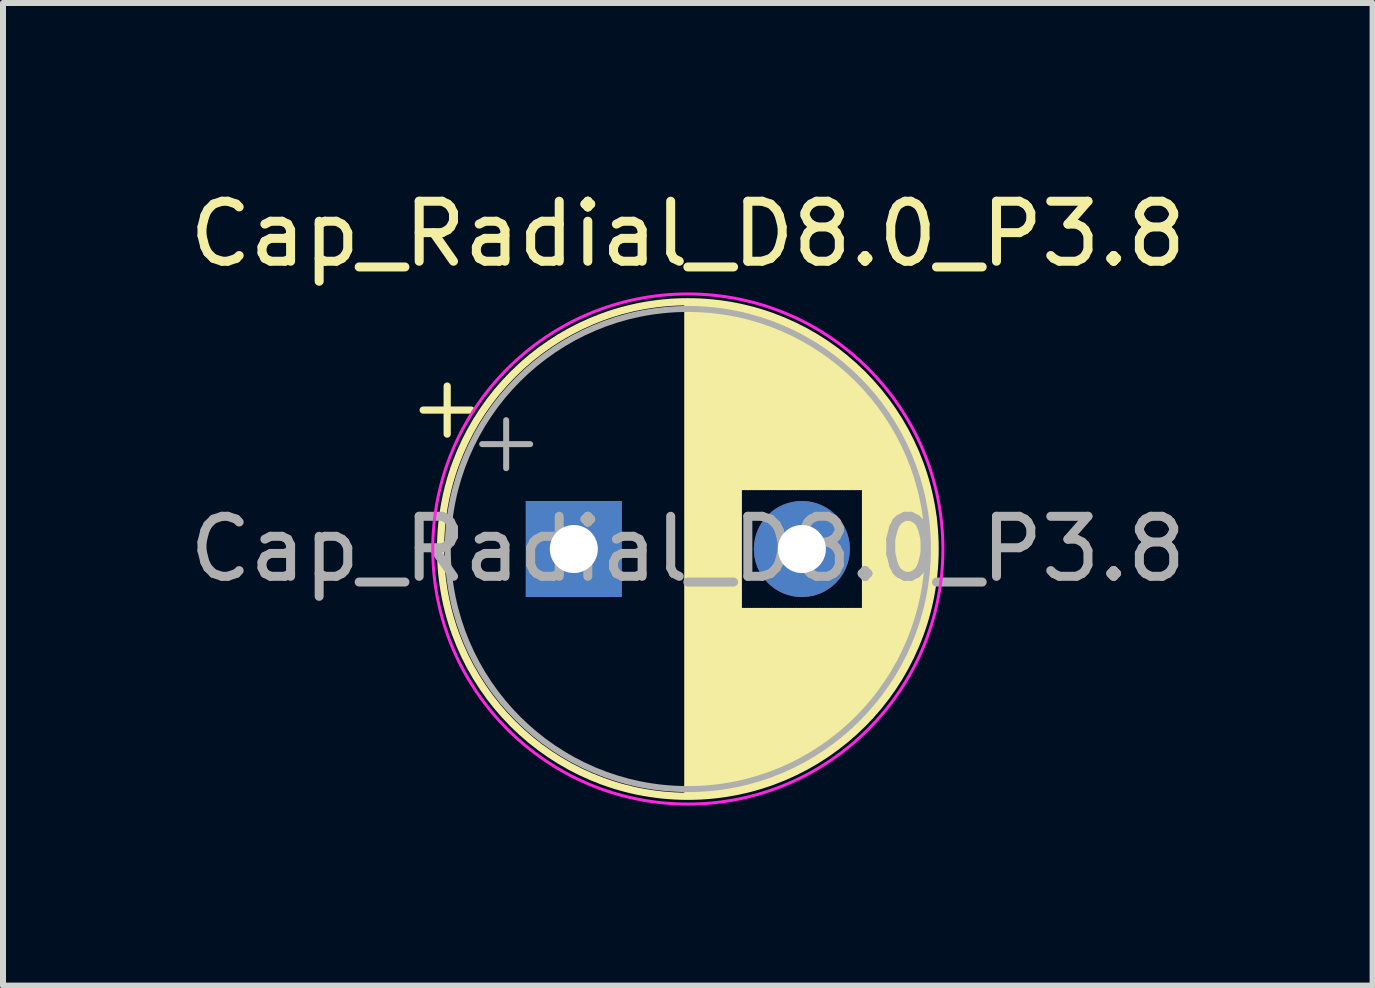
<source format=kicad_pcb>
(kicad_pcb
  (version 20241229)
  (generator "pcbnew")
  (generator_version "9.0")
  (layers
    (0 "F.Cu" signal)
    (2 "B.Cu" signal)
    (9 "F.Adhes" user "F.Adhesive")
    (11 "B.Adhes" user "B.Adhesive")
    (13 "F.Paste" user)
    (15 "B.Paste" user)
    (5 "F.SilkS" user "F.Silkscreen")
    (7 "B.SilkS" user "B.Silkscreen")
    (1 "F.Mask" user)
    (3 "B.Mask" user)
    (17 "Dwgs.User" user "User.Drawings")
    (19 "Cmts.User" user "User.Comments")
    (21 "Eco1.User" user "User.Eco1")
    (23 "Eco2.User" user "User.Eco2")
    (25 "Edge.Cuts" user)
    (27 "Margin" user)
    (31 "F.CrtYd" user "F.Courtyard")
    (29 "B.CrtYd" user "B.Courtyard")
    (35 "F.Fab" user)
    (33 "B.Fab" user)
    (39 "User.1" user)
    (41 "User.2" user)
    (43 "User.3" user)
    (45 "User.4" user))
  (footprint "Cap_Radial_D8.0_P3.8"
    (layer "F.Cu")
    (at 6.511 6.098)
    (property "Reference" "Cap_Radial_D8.0_P3.8" (at 1.9 -5.25 0) (layer "F.SilkS") (effects (font (size 1 1) (thickness 0.15))))
    (attr through_hole)
    (fp_line (start -2.51 -2.315) (end -1.71 -2.315) (stroke (width 0.12) (type solid)) (layer "F.SilkS"))
    (fp_line (start -2.11 -2.715) (end -2.11 -1.915) (stroke (width 0.12) (type solid)) (layer "F.SilkS"))
    (fp_line (start 1.9 -4.08) (end 1.9 4.08) (stroke (width 0.12) (type solid)) (layer "F.SilkS"))
    (fp_line (start 1.94 -4.08) (end 1.94 4.08) (stroke (width 0.12) (type solid)) (layer "F.SilkS"))
    (fp_line (start 1.98 -4.08) (end 1.98 4.08) (stroke (width 0.12) (type solid)) (layer "F.SilkS"))
    (fp_line (start 2.02 -4.079) (end 2.02 4.079) (stroke (width 0.12) (type solid)) (layer "F.SilkS"))
    (fp_line (start 2.06 -4.077) (end 2.06 4.077) (stroke (width 0.12) (type solid)) (layer "F.SilkS"))
    (fp_line (start 2.1 -4.076) (end 2.1 4.076) (stroke (width 0.12) (type solid)) (layer "F.SilkS"))
    (fp_line (start 2.14 -4.074) (end 2.14 4.074) (stroke (width 0.12) (type solid)) (layer "F.SilkS"))
    (fp_line (start 2.18 -4.071) (end 2.18 4.071) (stroke (width 0.12) (type solid)) (layer "F.SilkS"))
    (fp_line (start 2.22 -4.068) (end 2.22 4.068) (stroke (width 0.12) (type solid)) (layer "F.SilkS"))
    (fp_line (start 2.26 -4.065) (end 2.26 4.065) (stroke (width 0.12) (type solid)) (layer "F.SilkS"))
    (fp_line (start 2.3 -4.061) (end 2.3 4.061) (stroke (width 0.12) (type solid)) (layer "F.SilkS"))
    (fp_line (start 2.34 -4.057) (end 2.34 4.057) (stroke (width 0.12) (type solid)) (layer "F.SilkS"))
    (fp_line (start 2.38 -4.052) (end 2.38 4.052) (stroke (width 0.12) (type solid)) (layer "F.SilkS"))
    (fp_line (start 2.42 -4.048) (end 2.42 4.048) (stroke (width 0.12) (type solid)) (layer "F.SilkS"))
    (fp_line (start 2.46 -4.042) (end 2.46 4.042) (stroke (width 0.12) (type solid)) (layer "F.SilkS"))
    (fp_line (start 2.5 -4.037) (end 2.5 4.037) (stroke (width 0.12) (type solid)) (layer "F.SilkS"))
    (fp_line (start 2.54 -4.03) (end 2.54 4.03) (stroke (width 0.12) (type solid)) (layer "F.SilkS"))
    (fp_line (start 2.58 -4.024) (end 2.58 4.024) (stroke (width 0.12) (type solid)) (layer "F.SilkS"))
    (fp_line (start 2.621 -4.017) (end 2.621 4.017) (stroke (width 0.12) (type solid)) (layer "F.SilkS"))
    (fp_line (start 2.661 -4.01) (end 2.661 4.01) (stroke (width 0.12) (type solid)) (layer "F.SilkS"))
    (fp_line (start 2.701 -4.002) (end 2.701 4.002) (stroke (width 0.12) (type solid)) (layer "F.SilkS"))
    (fp_line (start 2.741 -3.994) (end 2.741 3.994) (stroke (width 0.12) (type solid)) (layer "F.SilkS"))
    (fp_line (start 2.781 -3.985) (end 2.781 -1.04) (stroke (width 0.12) (type solid)) (layer "F.SilkS"))
    (fp_line (start 2.781 1.04) (end 2.781 3.985) (stroke (width 0.12) (type solid)) (layer "F.SilkS"))
    (fp_line (start 2.821 -3.976) (end 2.821 -1.04) (stroke (width 0.12) (type solid)) (layer "F.SilkS"))
    (fp_line (start 2.821 1.04) (end 2.821 3.976) (stroke (width 0.12) (type solid)) (layer "F.SilkS"))
    (fp_line (start 2.861 -3.967) (end 2.861 -1.04) (stroke (width 0.12) (type solid)) (layer "F.SilkS"))
    (fp_line (start 2.861 1.04) (end 2.861 3.967) (stroke (width 0.12) (type solid)) (layer "F.SilkS"))
    (fp_line (start 2.901 -3.957) (end 2.901 -1.04) (stroke (width 0.12) (type solid)) (layer "F.SilkS"))
    (fp_line (start 2.901 1.04) (end 2.901 3.957) (stroke (width 0.12) (type solid)) (layer "F.SilkS"))
    (fp_line (start 2.941 -3.947) (end 2.941 -1.04) (stroke (width 0.12) (type solid)) (layer "F.SilkS"))
    (fp_line (start 2.941 1.04) (end 2.941 3.947) (stroke (width 0.12) (type solid)) (layer "F.SilkS"))
    (fp_line (start 2.981 -3.936) (end 2.981 -1.04) (stroke (width 0.12) (type solid)) (layer "F.SilkS"))
    (fp_line (start 2.981 1.04) (end 2.981 3.936) (stroke (width 0.12) (type solid)) (layer "F.SilkS"))
    (fp_line (start 3.021 -3.925) (end 3.021 -1.04) (stroke (width 0.12) (type solid)) (layer "F.SilkS"))
    (fp_line (start 3.021 1.04) (end 3.021 3.925) (stroke (width 0.12) (type solid)) (layer "F.SilkS"))
    (fp_line (start 3.061 -3.914) (end 3.061 -1.04) (stroke (width 0.12) (type solid)) (layer "F.SilkS"))
    (fp_line (start 3.061 1.04) (end 3.061 3.914) (stroke (width 0.12) (type solid)) (layer "F.SilkS"))
    (fp_line (start 3.101 -3.902) (end 3.101 -1.04) (stroke (width 0.12) (type solid)) (layer "F.SilkS"))
    (fp_line (start 3.101 1.04) (end 3.101 3.902) (stroke (width 0.12) (type solid)) (layer "F.SilkS"))
    (fp_line (start 3.141 -3.889) (end 3.141 -1.04) (stroke (width 0.12) (type solid)) (layer "F.SilkS"))
    (fp_line (start 3.141 1.04) (end 3.141 3.889) (stroke (width 0.12) (type solid)) (layer "F.SilkS"))
    (fp_line (start 3.181 -3.877) (end 3.181 -1.04) (stroke (width 0.12) (type solid)) (layer "F.SilkS"))
    (fp_line (start 3.181 1.04) (end 3.181 3.877) (stroke (width 0.12) (type solid)) (layer "F.SilkS"))
    (fp_line (start 3.221 -3.863) (end 3.221 -1.04) (stroke (width 0.12) (type solid)) (layer "F.SilkS"))
    (fp_line (start 3.221 1.04) (end 3.221 3.863) (stroke (width 0.12) (type solid)) (layer "F.SilkS"))
    (fp_line (start 3.261 -3.85) (end 3.261 -1.04) (stroke (width 0.12) (type solid)) (layer "F.SilkS"))
    (fp_line (start 3.261 1.04) (end 3.261 3.85) (stroke (width 0.12) (type solid)) (layer "F.SilkS"))
    (fp_line (start 3.301 -3.835) (end 3.301 -1.04) (stroke (width 0.12) (type solid)) (layer "F.SilkS"))
    (fp_line (start 3.301 1.04) (end 3.301 3.835) (stroke (width 0.12) (type solid)) (layer "F.SilkS"))
    (fp_line (start 3.341 -3.821) (end 3.341 -1.04) (stroke (width 0.12) (type solid)) (layer "F.SilkS"))
    (fp_line (start 3.341 1.04) (end 3.341 3.821) (stroke (width 0.12) (type solid)) (layer "F.SilkS"))
    (fp_line (start 3.381 -3.805) (end 3.381 -1.04) (stroke (width 0.12) (type solid)) (layer "F.SilkS"))
    (fp_line (start 3.381 1.04) (end 3.381 3.805) (stroke (width 0.12) (type solid)) (layer "F.SilkS"))
    (fp_line (start 3.421 -3.79) (end 3.421 -1.04) (stroke (width 0.12) (type solid)) (layer "F.SilkS"))
    (fp_line (start 3.421 1.04) (end 3.421 3.79) (stroke (width 0.12) (type solid)) (layer "F.SilkS"))
    (fp_line (start 3.461 -3.774) (end 3.461 -1.04) (stroke (width 0.12) (type solid)) (layer "F.SilkS"))
    (fp_line (start 3.461 1.04) (end 3.461 3.774) (stroke (width 0.12) (type solid)) (layer "F.SilkS"))
    (fp_line (start 3.501 -3.757) (end 3.501 -1.04) (stroke (width 0.12) (type solid)) (layer "F.SilkS"))
    (fp_line (start 3.501 1.04) (end 3.501 3.757) (stroke (width 0.12) (type solid)) (layer "F.SilkS"))
    (fp_line (start 3.541 -3.74) (end 3.541 -1.04) (stroke (width 0.12) (type solid)) (layer "F.SilkS"))
    (fp_line (start 3.541 1.04) (end 3.541 3.74) (stroke (width 0.12) (type solid)) (layer "F.SilkS"))
    (fp_line (start 3.581 -3.722) (end 3.581 -1.04) (stroke (width 0.12) (type solid)) (layer "F.SilkS"))
    (fp_line (start 3.581 1.04) (end 3.581 3.722) (stroke (width 0.12) (type solid)) (layer "F.SilkS"))
    (fp_line (start 3.621 -3.704) (end 3.621 -1.04) (stroke (width 0.12) (type solid)) (layer "F.SilkS"))
    (fp_line (start 3.621 1.04) (end 3.621 3.704) (stroke (width 0.12) (type solid)) (layer "F.SilkS"))
    (fp_line (start 3.661 -3.686) (end 3.661 -1.04) (stroke (width 0.12) (type solid)) (layer "F.SilkS"))
    (fp_line (start 3.661 1.04) (end 3.661 3.686) (stroke (width 0.12) (type solid)) (layer "F.SilkS"))
    (fp_line (start 3.701 -3.666) (end 3.701 -1.04) (stroke (width 0.12) (type solid)) (layer "F.SilkS"))
    (fp_line (start 3.701 1.04) (end 3.701 3.666) (stroke (width 0.12) (type solid)) (layer "F.SilkS"))
    (fp_line (start 3.741 -3.647) (end 3.741 -1.04) (stroke (width 0.12) (type solid)) (layer "F.SilkS"))
    (fp_line (start 3.741 1.04) (end 3.741 3.647) (stroke (width 0.12) (type solid)) (layer "F.SilkS"))
    (fp_line (start 3.781 -3.627) (end 3.781 -1.04) (stroke (width 0.12) (type solid)) (layer "F.SilkS"))
    (fp_line (start 3.781 1.04) (end 3.781 3.627) (stroke (width 0.12) (type solid)) (layer "F.SilkS"))
    (fp_line (start 3.821 -3.606) (end 3.821 -1.04) (stroke (width 0.12) (type solid)) (layer "F.SilkS"))
    (fp_line (start 3.821 1.04) (end 3.821 3.606) (stroke (width 0.12) (type solid)) (layer "F.SilkS"))
    (fp_line (start 3.861 -3.584) (end 3.861 -1.04) (stroke (width 0.12) (type solid)) (layer "F.SilkS"))
    (fp_line (start 3.861 1.04) (end 3.861 3.584) (stroke (width 0.12) (type solid)) (layer "F.SilkS"))
    (fp_line (start 3.901 -3.562) (end 3.901 -1.04) (stroke (width 0.12) (type solid)) (layer "F.SilkS"))
    (fp_line (start 3.901 1.04) (end 3.901 3.562) (stroke (width 0.12) (type solid)) (layer "F.SilkS"))
    (fp_line (start 3.941 -3.54) (end 3.941 -1.04) (stroke (width 0.12) (type solid)) (layer "F.SilkS"))
    (fp_line (start 3.941 1.04) (end 3.941 3.54) (stroke (width 0.12) (type solid)) (layer "F.SilkS"))
    (fp_line (start 3.981 -3.517) (end 3.981 -1.04) (stroke (width 0.12) (type solid)) (layer "F.SilkS"))
    (fp_line (start 3.981 1.04) (end 3.981 3.517) (stroke (width 0.12) (type solid)) (layer "F.SilkS"))
    (fp_line (start 4.021 -3.493) (end 4.021 -1.04) (stroke (width 0.12) (type solid)) (layer "F.SilkS"))
    (fp_line (start 4.021 1.04) (end 4.021 3.493) (stroke (width 0.12) (type solid)) (layer "F.SilkS"))
    (fp_line (start 4.061 -3.469) (end 4.061 -1.04) (stroke (width 0.12) (type solid)) (layer "F.SilkS"))
    (fp_line (start 4.061 1.04) (end 4.061 3.469) (stroke (width 0.12) (type solid)) (layer "F.SilkS"))
    (fp_line (start 4.101 -3.444) (end 4.101 -1.04) (stroke (width 0.12) (type solid)) (layer "F.SilkS"))
    (fp_line (start 4.101 1.04) (end 4.101 3.444) (stroke (width 0.12) (type solid)) (layer "F.SilkS"))
    (fp_line (start 4.141 -3.418) (end 4.141 -1.04) (stroke (width 0.12) (type solid)) (layer "F.SilkS"))
    (fp_line (start 4.141 1.04) (end 4.141 3.418) (stroke (width 0.12) (type solid)) (layer "F.SilkS"))
    (fp_line (start 4.181 -3.392) (end 4.181 -1.04) (stroke (width 0.12) (type solid)) (layer "F.SilkS"))
    (fp_line (start 4.181 1.04) (end 4.181 3.392) (stroke (width 0.12) (type solid)) (layer "F.SilkS"))
    (fp_line (start 4.221 -3.365) (end 4.221 -1.04) (stroke (width 0.12) (type solid)) (layer "F.SilkS"))
    (fp_line (start 4.221 1.04) (end 4.221 3.365) (stroke (width 0.12) (type solid)) (layer "F.SilkS"))
    (fp_line (start 4.261 -3.338) (end 4.261 -1.04) (stroke (width 0.12) (type solid)) (layer "F.SilkS"))
    (fp_line (start 4.261 1.04) (end 4.261 3.338) (stroke (width 0.12) (type solid)) (layer "F.SilkS"))
    (fp_line (start 4.301 -3.309) (end 4.301 -1.04) (stroke (width 0.12) (type solid)) (layer "F.SilkS"))
    (fp_line (start 4.301 1.04) (end 4.301 3.309) (stroke (width 0.12) (type solid)) (layer "F.SilkS"))
    (fp_line (start 4.341 -3.28) (end 4.341 -1.04) (stroke (width 0.12) (type solid)) (layer "F.SilkS"))
    (fp_line (start 4.341 1.04) (end 4.341 3.28) (stroke (width 0.12) (type solid)) (layer "F.SilkS"))
    (fp_line (start 4.381 -3.25) (end 4.381 -1.04) (stroke (width 0.12) (type solid)) (layer "F.SilkS"))
    (fp_line (start 4.381 1.04) (end 4.381 3.25) (stroke (width 0.12) (type solid)) (layer "F.SilkS"))
    (fp_line (start 4.421 -3.22) (end 4.421 -1.04) (stroke (width 0.12) (type solid)) (layer "F.SilkS"))
    (fp_line (start 4.421 1.04) (end 4.421 3.22) (stroke (width 0.12) (type solid)) (layer "F.SilkS"))
    (fp_line (start 4.461 -3.189) (end 4.461 -1.04) (stroke (width 0.12) (type solid)) (layer "F.SilkS"))
    (fp_line (start 4.461 1.04) (end 4.461 3.189) (stroke (width 0.12) (type solid)) (layer "F.SilkS"))
    (fp_line (start 4.501 -3.156) (end 4.501 -1.04) (stroke (width 0.12) (type solid)) (layer "F.SilkS"))
    (fp_line (start 4.501 1.04) (end 4.501 3.156) (stroke (width 0.12) (type solid)) (layer "F.SilkS"))
    (fp_line (start 4.541 -3.124) (end 4.541 -1.04) (stroke (width 0.12) (type solid)) (layer "F.SilkS"))
    (fp_line (start 4.541 1.04) (end 4.541 3.124) (stroke (width 0.12) (type solid)) (layer "F.SilkS"))
    (fp_line (start 4.581 -3.09) (end 4.581 -1.04) (stroke (width 0.12) (type solid)) (layer "F.SilkS"))
    (fp_line (start 4.581 1.04) (end 4.581 3.09) (stroke (width 0.12) (type solid)) (layer "F.SilkS"))
    (fp_line (start 4.621 -3.055) (end 4.621 -1.04) (stroke (width 0.12) (type solid)) (layer "F.SilkS"))
    (fp_line (start 4.621 1.04) (end 4.621 3.055) (stroke (width 0.12) (type solid)) (layer "F.SilkS"))
    (fp_line (start 4.661 -3.019) (end 4.661 -1.04) (stroke (width 0.12) (type solid)) (layer "F.SilkS"))
    (fp_line (start 4.661 1.04) (end 4.661 3.019) (stroke (width 0.12) (type solid)) (layer "F.SilkS"))
    (fp_line (start 4.701 -2.983) (end 4.701 -1.04) (stroke (width 0.12) (type solid)) (layer "F.SilkS"))
    (fp_line (start 4.701 1.04) (end 4.701 2.983) (stroke (width 0.12) (type solid)) (layer "F.SilkS"))
    (fp_line (start 4.741 -2.945) (end 4.741 -1.04) (stroke (width 0.12) (type solid)) (layer "F.SilkS"))
    (fp_line (start 4.741 1.04) (end 4.741 2.945) (stroke (width 0.12) (type solid)) (layer "F.SilkS"))
    (fp_line (start 4.781 -2.907) (end 4.781 -1.04) (stroke (width 0.12) (type solid)) (layer "F.SilkS"))
    (fp_line (start 4.781 1.04) (end 4.781 2.907) (stroke (width 0.12) (type solid)) (layer "F.SilkS"))
    (fp_line (start 4.821 -2.867) (end 4.821 -1.04) (stroke (width 0.12) (type solid)) (layer "F.SilkS"))
    (fp_line (start 4.821 1.04) (end 4.821 2.867) (stroke (width 0.12) (type solid)) (layer "F.SilkS"))
    (fp_line (start 4.861 -2.826) (end 4.861 2.826) (stroke (width 0.12) (type solid)) (layer "F.SilkS"))
    (fp_line (start 4.901 -2.784) (end 4.901 2.784) (stroke (width 0.12) (type solid)) (layer "F.SilkS"))
    (fp_line (start 4.941 -2.741) (end 4.941 2.741) (stroke (width 0.12) (type solid)) (layer "F.SilkS"))
    (fp_line (start 4.981 -2.697) (end 4.981 2.697) (stroke (width 0.12) (type solid)) (layer "F.SilkS"))
    (fp_line (start 5.021 -2.651) (end 5.021 2.651) (stroke (width 0.12) (type solid)) (layer "F.SilkS"))
    (fp_line (start 5.061 -2.604) (end 5.061 2.604) (stroke (width 0.12) (type solid)) (layer "F.SilkS"))
    (fp_line (start 5.101 -2.556) (end 5.101 2.556) (stroke (width 0.12) (type solid)) (layer "F.SilkS"))
    (fp_line (start 5.141 -2.505) (end 5.141 2.505) (stroke (width 0.12) (type solid)) (layer "F.SilkS"))
    (fp_line (start 5.181 -2.454) (end 5.181 2.454) (stroke (width 0.12) (type solid)) (layer "F.SilkS"))
    (fp_line (start 5.221 -2.4) (end 5.221 2.4) (stroke (width 0.12) (type solid)) (layer "F.SilkS"))
    (fp_line (start 5.261 -2.345) (end 5.261 2.345) (stroke (width 0.12) (type solid)) (layer "F.SilkS"))
    (fp_line (start 5.301 -2.287) (end 5.301 2.287) (stroke (width 0.12) (type solid)) (layer "F.SilkS"))
    (fp_line (start 5.341 -2.228) (end 5.341 2.228) (stroke (width 0.12) (type solid)) (layer "F.SilkS"))
    (fp_line (start 5.381 -2.166) (end 5.381 2.166) (stroke (width 0.12) (type solid)) (layer "F.SilkS"))
    (fp_line (start 5.421 -2.102) (end 5.421 2.102) (stroke (width 0.12) (type solid)) (layer "F.SilkS"))
    (fp_line (start 5.461 -2.034) (end 5.461 2.034) (stroke (width 0.12) (type solid)) (layer "F.SilkS"))
    (fp_line (start 5.501 -1.964) (end 5.501 1.964) (stroke (width 0.12) (type solid)) (layer "F.SilkS"))
    (fp_line (start 5.541 -1.89) (end 5.541 1.89) (stroke (width 0.12) (type solid)) (layer "F.SilkS"))
    (fp_line (start 5.581 -1.813) (end 5.581 1.813) (stroke (width 0.12) (type solid)) (layer "F.SilkS"))
    (fp_line (start 5.621 -1.731) (end 5.621 1.731) (stroke (width 0.12) (type solid)) (layer "F.SilkS"))
    (fp_line (start 5.661 -1.645) (end 5.661 1.645) (stroke (width 0.12) (type solid)) (layer "F.SilkS"))
    (fp_line (start 5.701 -1.552) (end 5.701 1.552) (stroke (width 0.12) (type solid)) (layer "F.SilkS"))
    (fp_line (start 5.741 -1.453) (end 5.741 1.453) (stroke (width 0.12) (type solid)) (layer "F.SilkS"))
    (fp_line (start 5.781 -1.346) (end 5.781 1.346) (stroke (width 0.12) (type solid)) (layer "F.SilkS"))
    (fp_line (start 5.821 -1.229) (end 5.821 1.229) (stroke (width 0.12) (type solid)) (layer "F.SilkS"))
    (fp_line (start 5.861 -1.098) (end 5.861 1.098) (stroke (width 0.12) (type solid)) (layer "F.SilkS"))
    (fp_line (start 5.901 -0.948) (end 5.901 0.948) (stroke (width 0.12) (type solid)) (layer "F.SilkS"))
    (fp_line (start 5.941 -0.768) (end 5.941 0.768) (stroke (width 0.12) (type solid)) (layer "F.SilkS"))
    (fp_line (start 5.981 -0.533) (end 5.981 0.533) (stroke (width 0.12) (type solid)) (layer "F.SilkS"))
    (fp_circle (center 1.9 0) (end 6.02 0) (stroke (width 0.12) (type solid)) (fill no) (layer "F.SilkS"))
    (fp_circle (center 1.9 0) (end 6.15 0) (stroke (width 0.05) (type solid)) (fill no) (layer "F.CrtYd"))
    (fp_line (start -1.527 -1.748) (end -0.727 -1.748) (stroke (width 0.1) (type solid)) (layer "F.Fab"))
    (fp_line (start -1.127 -2.147) (end -1.127 -1.347) (stroke (width 0.1) (type solid)) (layer "F.Fab"))
    (fp_circle (center 1.9 0) (end 5.9 0) (stroke (width 0.1) (type solid)) (fill no) (layer "F.Fab"))
    (fp_text user "${REFERENCE}" (at 1.9 0 0) (layer "F.Fab") (effects (font (size 1 1) (thickness 0.15))))
    (pad "N" thru_hole circle (at 3.8 0) (size 1.6 1.6) (drill 0.8) (layers "*.Cu" "*.Mask"))
    (pad "P" thru_hole rect (at 0 0) (size 1.6 1.6) (drill 0.8) (layers "*.Cu" "*.Mask")))
  (gr_rect
    (start -3 -3)
    (end 19.821 13.373)
    (stroke (width 0.1) (type default))
    (fill no)
    (layer "Edge.Cuts")))
</source>
